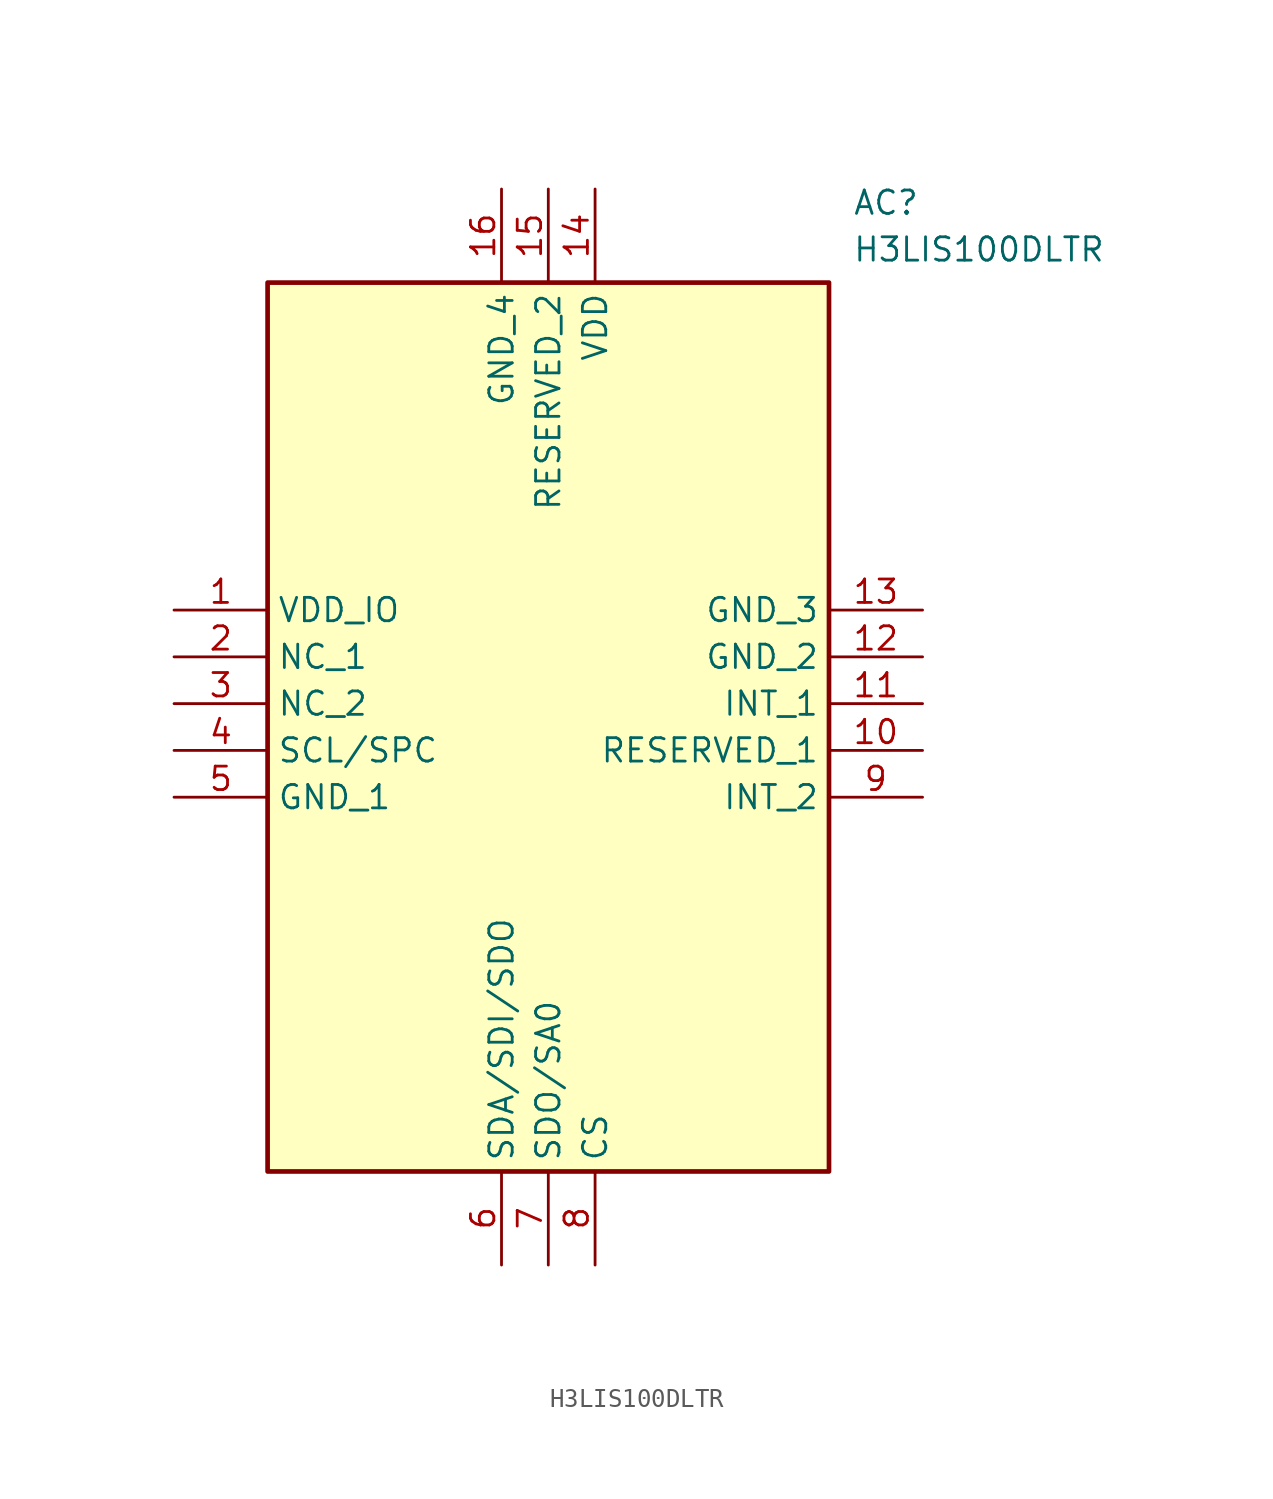
<source format=kicad_sym>
(kicad_symbol_lib
  (version 20211014)
  (generator SamacSys_ECAD_Model)
  (symbol "H3LIS100DLTR"
    (property "Reference" "AC"
      (at 36.83 22.86 0)
      (effects (font (size 1.27 1.27)) (justify left top)))
    (property "Value" "H3LIS100DLTR"
      (at 36.83 20.32 0)
      (effects (font (size 1.27 1.27)) (justify left top)))
    (rectangle
      (start 5.08 17.78)
      (end 35.56 -30.48)
      (stroke (width 0.254) (type default))
      (fill (type background)))
    (pin passive line
      (at 0 0 0)
      (length 5.08)
      (name "VDD_IO" (effects (font (size 1.27 1.27))))
      (number "1" (effects (font (size 1.27 1.27)))))
    (pin passive line
      (at 0 -2.54 0)
      (length 5.08)
      (name "NC_1" (effects (font (size 1.27 1.27))))
      (number "2" (effects (font (size 1.27 1.27)))))
    (pin passive line
      (at 0 -5.08 0)
      (length 5.08)
      (name "NC_2" (effects (font (size 1.27 1.27))))
      (number "3" (effects (font (size 1.27 1.27)))))
    (pin passive line
      (at 0 -7.62 0)
      (length 5.08)
      (name "SCL/SPC" (effects (font (size 1.27 1.27))))
      (number "4" (effects (font (size 1.27 1.27)))))
    (pin passive line
      (at 0 -10.16 0)
      (length 5.08)
      (name "GND_1" (effects (font (size 1.27 1.27))))
      (number "5" (effects (font (size 1.27 1.27)))))
    (pin passive line
      (at 17.78 -35.56 90)
      (length 5.08)
      (name "SDA/SDI/SDO" (effects (font (size 1.27 1.27))))
      (number "6" (effects (font (size 1.27 1.27)))))
    (pin passive line
      (at 20.32 -35.56 90)
      (length 5.08)
      (name "SDO/SA0" (effects (font (size 1.27 1.27))))
      (number "7" (effects (font (size 1.27 1.27)))))
    (pin passive line
      (at 22.86 -35.56 90)
      (length 5.08)
      (name "CS" (effects (font (size 1.27 1.27))))
      (number "8" (effects (font (size 1.27 1.27)))))
    (pin passive line
      (at 40.64 -10.16 180)
      (length 5.08)
      (name "INT_2" (effects (font (size 1.27 1.27))))
      (number "9" (effects (font (size 1.27 1.27)))))
    (pin passive line
      (at 40.64 -7.62 180)
      (length 5.08)
      (name "RESERVED_1" (effects (font (size 1.27 1.27))))
      (number "10" (effects (font (size 1.27 1.27)))))
    (pin passive line
      (at 40.64 -5.08 180)
      (length 5.08)
      (name "INT_1" (effects (font (size 1.27 1.27))))
      (number "11" (effects (font (size 1.27 1.27)))))
    (pin passive line
      (at 40.64 -2.54 180)
      (length 5.08)
      (name "GND_2" (effects (font (size 1.27 1.27))))
      (number "12" (effects (font (size 1.27 1.27)))))
    (pin passive line
      (at 40.64 0 180)
      (length 5.08)
      (name "GND_3" (effects (font (size 1.27 1.27))))
      (number "13" (effects (font (size 1.27 1.27)))))
    (pin passive line
      (at 22.86 22.86 270)
      (length 5.08)
      (name "VDD" (effects (font (size 1.27 1.27))))
      (number "14" (effects (font (size 1.27 1.27)))))
    (pin passive line
      (at 20.32 22.86 270)
      (length 5.08)
      (name "RESERVED_2" (effects (font (size 1.27 1.27))))
      (number "15" (effects (font (size 1.27 1.27)))))
    (pin passive line
      (at 17.78 22.86 270)
      (length 5.08)
      (name "GND_4" (effects (font (size 1.27 1.27))))
      (number "16" (effects (font (size 1.27 1.27)))))))
</source>
